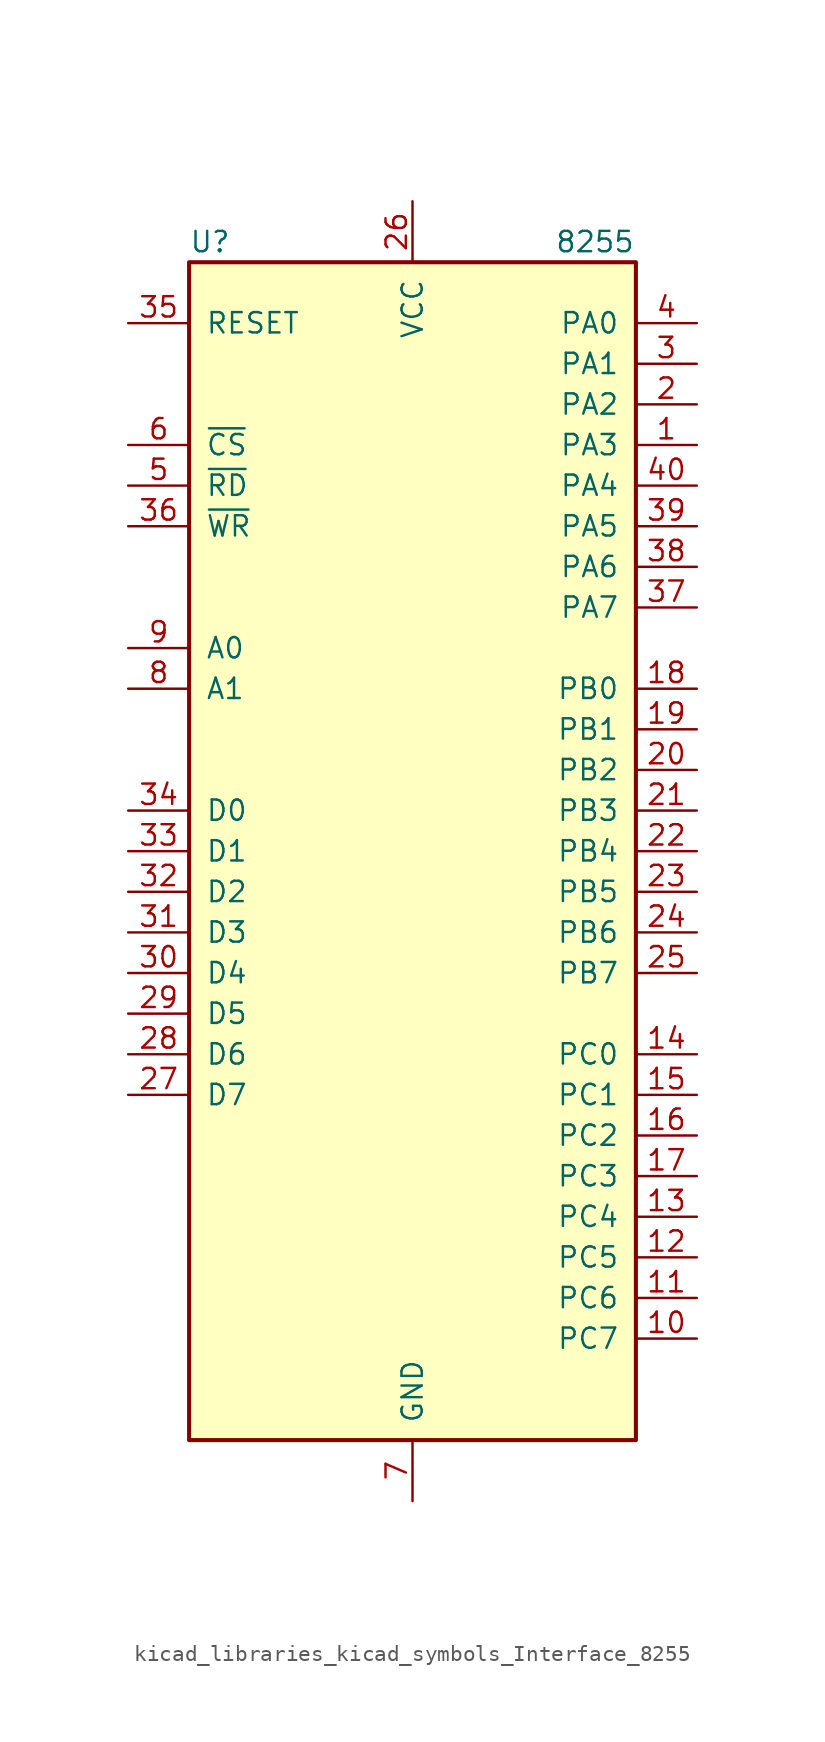
<source format=kicad_sym>
(kicad_symbol_lib
  (version 20220914)
  (generator kicad_symbol_editor)
  (symbol "kicad_libraries_kicad_symbols_Interface_8255"
    (pin_names
      (offset 1.016))
    (property "Reference" "U"
      (at -13.97 38.1 0)
      (effects (font (size 1.27 1.27)) (justify left)))
    (property "Value" "8255"
      (at 8.89 38.1 0)
      (effects (font (size 1.27 1.27)) (justify left)))
    (symbol "kicad_libraries_kicad_symbols_Interface_8255_1_1"
      (rectangle (start -13.97 -36.83) (end 13.97 36.83) (stroke (width 0.254) (type default)) (fill (type background)))
      (pin bidirectional line (at 17.78 25.4 180) (length 3.81) (name "PA3" (effects (font (size 1.27 1.27)))) (number "1" (effects (font (size 1.27 1.27)))))
      (pin bidirectional line (at 17.78 -30.48 180) (length 3.81) (name "PC7" (effects (font (size 1.27 1.27)))) (number "10" (effects (font (size 1.27 1.27)))))
      (pin bidirectional line (at 17.78 -27.94 180) (length 3.81) (name "PC6" (effects (font (size 1.27 1.27)))) (number "11" (effects (font (size 1.27 1.27)))))
      (pin bidirectional line (at 17.78 -25.4 180) (length 3.81) (name "PC5" (effects (font (size 1.27 1.27)))) (number "12" (effects (font (size 1.27 1.27)))))
      (pin bidirectional line (at 17.78 -22.86 180) (length 3.81) (name "PC4" (effects (font (size 1.27 1.27)))) (number "13" (effects (font (size 1.27 1.27)))))
      (pin bidirectional line (at 17.78 -12.7 180) (length 3.81) (name "PC0" (effects (font (size 1.27 1.27)))) (number "14" (effects (font (size 1.27 1.27)))))
      (pin bidirectional line (at 17.78 -15.24 180) (length 3.81) (name "PC1" (effects (font (size 1.27 1.27)))) (number "15" (effects (font (size 1.27 1.27)))))
      (pin bidirectional line (at 17.78 -17.78 180) (length 3.81) (name "PC2" (effects (font (size 1.27 1.27)))) (number "16" (effects (font (size 1.27 1.27)))))
      (pin bidirectional line (at 17.78 -20.32 180) (length 3.81) (name "PC3" (effects (font (size 1.27 1.27)))) (number "17" (effects (font (size 1.27 1.27)))))
      (pin bidirectional line (at 17.78 10.16 180) (length 3.81) (name "PB0" (effects (font (size 1.27 1.27)))) (number "18" (effects (font (size 1.27 1.27)))))
      (pin bidirectional line (at 17.78 7.62 180) (length 3.81) (name "PB1" (effects (font (size 1.27 1.27)))) (number "19" (effects (font (size 1.27 1.27)))))
      (pin bidirectional line (at 17.78 27.94 180) (length 3.81) (name "PA2" (effects (font (size 1.27 1.27)))) (number "2" (effects (font (size 1.27 1.27)))))
      (pin bidirectional line (at 17.78 5.08 180) (length 3.81) (name "PB2" (effects (font (size 1.27 1.27)))) (number "20" (effects (font (size 1.27 1.27)))))
      (pin bidirectional line (at 17.78 2.54 180) (length 3.81) (name "PB3" (effects (font (size 1.27 1.27)))) (number "21" (effects (font (size 1.27 1.27)))))
      (pin bidirectional line (at 17.78 0 180) (length 3.81) (name "PB4" (effects (font (size 1.27 1.27)))) (number "22" (effects (font (size 1.27 1.27)))))
      (pin bidirectional line (at 17.78 -2.54 180) (length 3.81) (name "PB5" (effects (font (size 1.27 1.27)))) (number "23" (effects (font (size 1.27 1.27)))))
      (pin bidirectional line (at 17.78 -5.08 180) (length 3.81) (name "PB6" (effects (font (size 1.27 1.27)))) (number "24" (effects (font (size 1.27 1.27)))))
      (pin bidirectional line (at 17.78 -7.62 180) (length 3.81) (name "PB7" (effects (font (size 1.27 1.27)))) (number "25" (effects (font (size 1.27 1.27)))))
      (pin power_in line (at 0 40.64 270) (length 3.81) (name "VCC" (effects (font (size 1.27 1.27)))) (number "26" (effects (font (size 1.27 1.27)))))
      (pin bidirectional line (at -17.78 -15.24 0) (length 3.81) (name "D7" (effects (font (size 1.27 1.27)))) (number "27" (effects (font (size 1.27 1.27)))))
      (pin bidirectional line (at -17.78 -12.7 0) (length 3.81) (name "D6" (effects (font (size 1.27 1.27)))) (number "28" (effects (font (size 1.27 1.27)))))
      (pin bidirectional line (at -17.78 -10.16 0) (length 3.81) (name "D5" (effects (font (size 1.27 1.27)))) (number "29" (effects (font (size 1.27 1.27)))))
      (pin bidirectional line (at 17.78 30.48 180) (length 3.81) (name "PA1" (effects (font (size 1.27 1.27)))) (number "3" (effects (font (size 1.27 1.27)))))
      (pin bidirectional line (at -17.78 -7.62 0) (length 3.81) (name "D4" (effects (font (size 1.27 1.27)))) (number "30" (effects (font (size 1.27 1.27)))))
      (pin bidirectional line (at -17.78 -5.08 0) (length 3.81) (name "D3" (effects (font (size 1.27 1.27)))) (number "31" (effects (font (size 1.27 1.27)))))
      (pin bidirectional line (at -17.78 -2.54 0) (length 3.81) (name "D2" (effects (font (size 1.27 1.27)))) (number "32" (effects (font (size 1.27 1.27)))))
      (pin bidirectional line (at -17.78 0 0) (length 3.81) (name "D1" (effects (font (size 1.27 1.27)))) (number "33" (effects (font (size 1.27 1.27)))))
      (pin bidirectional line (at -17.78 2.54 0) (length 3.81) (name "D0" (effects (font (size 1.27 1.27)))) (number "34" (effects (font (size 1.27 1.27)))))
      (pin input line (at -17.78 33.02 0) (length 3.81) (name "RESET" (effects (font (size 1.27 1.27)))) (number "35" (effects (font (size 1.27 1.27)))))
      (pin input line (at -17.78 20.32 0) (length 3.81) (name "~{WR}" (effects (font (size 1.27 1.27)))) (number "36" (effects (font (size 1.27 1.27)))))
      (pin bidirectional line (at 17.78 15.24 180) (length 3.81) (name "PA7" (effects (font (size 1.27 1.27)))) (number "37" (effects (font (size 1.27 1.27)))))
      (pin bidirectional line (at 17.78 17.78 180) (length 3.81) (name "PA6" (effects (font (size 1.27 1.27)))) (number "38" (effects (font (size 1.27 1.27)))))
      (pin bidirectional line (at 17.78 20.32 180) (length 3.81) (name "PA5" (effects (font (size 1.27 1.27)))) (number "39" (effects (font (size 1.27 1.27)))))
      (pin bidirectional line (at 17.78 33.02 180) (length 3.81) (name "PA0" (effects (font (size 1.27 1.27)))) (number "4" (effects (font (size 1.27 1.27)))))
      (pin bidirectional line (at 17.78 22.86 180) (length 3.81) (name "PA4" (effects (font (size 1.27 1.27)))) (number "40" (effects (font (size 1.27 1.27)))))
      (pin input line (at -17.78 22.86 0) (length 3.81) (name "~{RD}" (effects (font (size 1.27 1.27)))) (number "5" (effects (font (size 1.27 1.27)))))
      (pin input line (at -17.78 25.4 0) (length 3.81) (name "~{CS}" (effects (font (size 1.27 1.27)))) (number "6" (effects (font (size 1.27 1.27)))))
      (pin power_in line (at 0 -40.64 90) (length 3.81) (name "GND" (effects (font (size 1.27 1.27)))) (number "7" (effects (font (size 1.27 1.27)))))
      (pin input line (at -17.78 10.16 0) (length 3.81) (name "A1" (effects (font (size 1.27 1.27)))) (number "8" (effects (font (size 1.27 1.27)))))
      (pin input line (at -17.78 12.7 0) (length 3.81) (name "A0" (effects (font (size 1.27 1.27)))) (number "9" (effects (font (size 1.27 1.27))))))))
</source>
